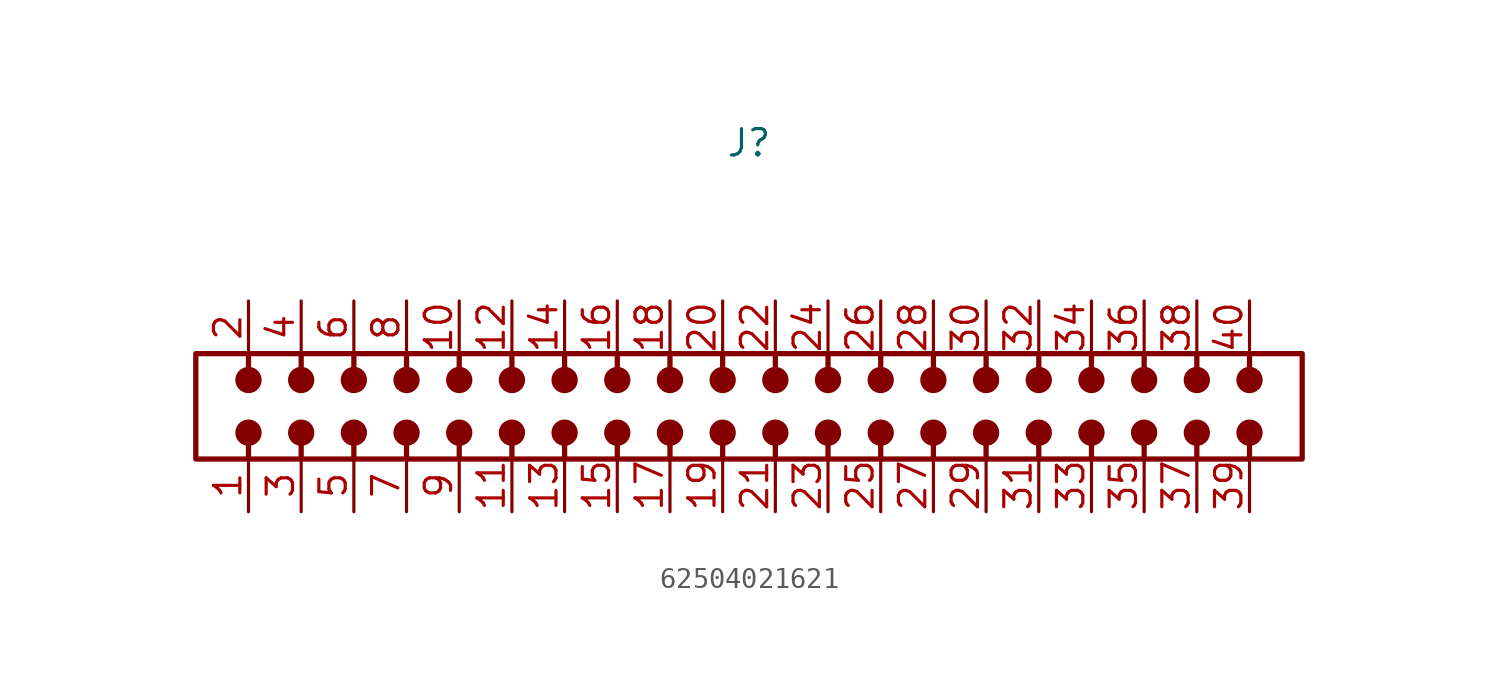
<source format=kicad_sym>
(kicad_symbol_lib
  (version 20241209)
  (generator "kicad_symbol_editor")
  (generator_version "9.0")
  (symbol "62504021621"
    (pin_names
      (hide yes))
    (property "Reference" "J"
      (at 0 12.7 0)
      (effects (font (size 1.27 1.27))))
    (symbol "62504021621_1_1"
      (rectangle (start -26.67 2.54) (end 26.67 -2.54) (stroke (width 0.254) (type solid)) (fill (type none)))
      (polyline (pts (xy -24.13 1.778) (xy -24.13 2.54)) (stroke (width 0.254) (type solid)) (fill (type none)))
      (circle (center -24.13 1.27) (radius 0.508) (stroke (width 0.254) (type solid)) (fill (type outline)))
      (circle (center -24.13 -1.27) (radius 0.508) (stroke (width 0.254) (type solid)) (fill (type outline)))
      (polyline (pts (xy -24.13 -1.778) (xy -24.13 -2.54)) (stroke (width 0.254) (type solid)) (fill (type none)))
      (polyline (pts (xy -21.59 1.778) (xy -21.59 2.54)) (stroke (width 0.254) (type solid)) (fill (type none)))
      (circle (center -21.59 1.27) (radius 0.508) (stroke (width 0.254) (type solid)) (fill (type outline)))
      (circle (center -21.59 -1.27) (radius 0.508) (stroke (width 0.254) (type solid)) (fill (type outline)))
      (polyline (pts (xy -21.59 -1.778) (xy -21.59 -2.54)) (stroke (width 0.254) (type solid)) (fill (type none)))
      (polyline (pts (xy -19.05 1.778) (xy -19.05 2.54)) (stroke (width 0.254) (type solid)) (fill (type none)))
      (circle (center -19.05 1.27) (radius 0.508) (stroke (width 0.254) (type solid)) (fill (type outline)))
      (circle (center -19.05 -1.27) (radius 0.508) (stroke (width 0.254) (type solid)) (fill (type outline)))
      (polyline (pts (xy -19.05 -1.778) (xy -19.05 -2.54)) (stroke (width 0.254) (type solid)) (fill (type none)))
      (polyline (pts (xy -16.51 1.778) (xy -16.51 2.54)) (stroke (width 0.254) (type solid)) (fill (type none)))
      (circle (center -16.51 1.27) (radius 0.508) (stroke (width 0.254) (type solid)) (fill (type outline)))
      (circle (center -16.51 -1.27) (radius 0.508) (stroke (width 0.254) (type solid)) (fill (type outline)))
      (polyline (pts (xy -16.51 -1.778) (xy -16.51 -2.54)) (stroke (width 0.254) (type solid)) (fill (type none)))
      (polyline (pts (xy -13.97 1.778) (xy -13.97 2.54)) (stroke (width 0.254) (type solid)) (fill (type none)))
      (circle (center -13.97 1.27) (radius 0.508) (stroke (width 0.254) (type solid)) (fill (type outline)))
      (circle (center -13.97 -1.27) (radius 0.508) (stroke (width 0.254) (type solid)) (fill (type outline)))
      (polyline (pts (xy -13.97 -1.778) (xy -13.97 -2.54)) (stroke (width 0.254) (type solid)) (fill (type none)))
      (polyline (pts (xy -11.43 1.778) (xy -11.43 2.54)) (stroke (width 0.254) (type solid)) (fill (type none)))
      (circle (center -11.43 1.27) (radius 0.508) (stroke (width 0.254) (type solid)) (fill (type outline)))
      (circle (center -11.43 -1.27) (radius 0.508) (stroke (width 0.254) (type solid)) (fill (type outline)))
      (polyline (pts (xy -11.43 -1.778) (xy -11.43 -2.54)) (stroke (width 0.254) (type solid)) (fill (type none)))
      (polyline (pts (xy -8.89 1.778) (xy -8.89 2.54)) (stroke (width 0.254) (type solid)) (fill (type none)))
      (circle (center -8.89 1.27) (radius 0.508) (stroke (width 0.254) (type solid)) (fill (type outline)))
      (circle (center -8.89 -1.27) (radius 0.508) (stroke (width 0.254) (type solid)) (fill (type outline)))
      (polyline (pts (xy -8.89 -1.778) (xy -8.89 -2.54)) (stroke (width 0.254) (type solid)) (fill (type none)))
      (polyline (pts (xy -6.35 1.778) (xy -6.35 2.54)) (stroke (width 0.254) (type solid)) (fill (type none)))
      (circle (center -6.35 1.27) (radius 0.508) (stroke (width 0.254) (type solid)) (fill (type outline)))
      (circle (center -6.35 -1.27) (radius 0.508) (stroke (width 0.254) (type solid)) (fill (type outline)))
      (polyline (pts (xy -6.35 -1.778) (xy -6.35 -2.54)) (stroke (width 0.254) (type solid)) (fill (type none)))
      (polyline (pts (xy -3.81 1.778) (xy -3.81 2.54)) (stroke (width 0.254) (type solid)) (fill (type none)))
      (circle (center -3.81 1.27) (radius 0.508) (stroke (width 0.254) (type solid)) (fill (type outline)))
      (circle (center -3.81 -1.27) (radius 0.508) (stroke (width 0.254) (type solid)) (fill (type outline)))
      (polyline (pts (xy -3.81 -1.778) (xy -3.81 -2.54)) (stroke (width 0.254) (type solid)) (fill (type none)))
      (polyline (pts (xy -1.27 1.778) (xy -1.27 2.54)) (stroke (width 0.254) (type solid)) (fill (type none)))
      (circle (center -1.27 1.27) (radius 0.508) (stroke (width 0.254) (type solid)) (fill (type outline)))
      (circle (center -1.27 -1.27) (radius 0.508) (stroke (width 0.254) (type solid)) (fill (type outline)))
      (polyline (pts (xy -1.27 -1.778) (xy -1.27 -2.54)) (stroke (width 0.254) (type solid)) (fill (type none)))
      (polyline (pts (xy 1.27 1.778) (xy 1.27 2.54)) (stroke (width 0.254) (type solid)) (fill (type none)))
      (circle (center 1.27 1.27) (radius 0.508) (stroke (width 0.254) (type solid)) (fill (type outline)))
      (circle (center 1.27 -1.27) (radius 0.508) (stroke (width 0.254) (type solid)) (fill (type outline)))
      (polyline (pts (xy 1.27 -1.778) (xy 1.27 -2.54)) (stroke (width 0.254) (type solid)) (fill (type none)))
      (polyline (pts (xy 3.81 1.778) (xy 3.81 2.54)) (stroke (width 0.254) (type solid)) (fill (type none)))
      (circle (center 3.81 1.27) (radius 0.508) (stroke (width 0.254) (type solid)) (fill (type outline)))
      (circle (center 3.81 -1.27) (radius 0.508) (stroke (width 0.254) (type solid)) (fill (type outline)))
      (polyline (pts (xy 3.81 -1.778) (xy 3.81 -2.54)) (stroke (width 0.254) (type solid)) (fill (type none)))
      (polyline (pts (xy 6.35 1.778) (xy 6.35 2.54)) (stroke (width 0.254) (type solid)) (fill (type none)))
      (circle (center 6.35 1.27) (radius 0.508) (stroke (width 0.254) (type solid)) (fill (type outline)))
      (circle (center 6.35 -1.27) (radius 0.508) (stroke (width 0.254) (type solid)) (fill (type outline)))
      (polyline (pts (xy 6.35 -1.778) (xy 6.35 -2.54)) (stroke (width 0.254) (type solid)) (fill (type none)))
      (polyline (pts (xy 8.89 1.778) (xy 8.89 2.54)) (stroke (width 0.254) (type solid)) (fill (type none)))
      (circle (center 8.89 1.27) (radius 0.508) (stroke (width 0.254) (type solid)) (fill (type outline)))
      (circle (center 8.89 -1.27) (radius 0.508) (stroke (width 0.254) (type solid)) (fill (type outline)))
      (polyline (pts (xy 8.89 -1.778) (xy 8.89 -2.54)) (stroke (width 0.254) (type solid)) (fill (type none)))
      (polyline (pts (xy 11.43 1.778) (xy 11.43 2.54)) (stroke (width 0.254) (type solid)) (fill (type none)))
      (circle (center 11.43 1.27) (radius 0.508) (stroke (width 0.254) (type solid)) (fill (type outline)))
      (circle (center 11.43 -1.27) (radius 0.508) (stroke (width 0.254) (type solid)) (fill (type outline)))
      (polyline (pts (xy 11.43 -1.778) (xy 11.43 -2.54)) (stroke (width 0.254) (type solid)) (fill (type none)))
      (polyline (pts (xy 13.97 1.778) (xy 13.97 2.54)) (stroke (width 0.254) (type solid)) (fill (type none)))
      (circle (center 13.97 1.27) (radius 0.508) (stroke (width 0.254) (type solid)) (fill (type outline)))
      (circle (center 13.97 -1.27) (radius 0.508) (stroke (width 0.254) (type solid)) (fill (type outline)))
      (polyline (pts (xy 13.97 -1.778) (xy 13.97 -2.54)) (stroke (width 0.254) (type solid)) (fill (type none)))
      (polyline (pts (xy 16.51 1.778) (xy 16.51 2.54)) (stroke (width 0.254) (type solid)) (fill (type none)))
      (circle (center 16.51 1.27) (radius 0.508) (stroke (width 0.254) (type solid)) (fill (type outline)))
      (circle (center 16.51 -1.27) (radius 0.508) (stroke (width 0.254) (type solid)) (fill (type outline)))
      (polyline (pts (xy 16.51 -1.778) (xy 16.51 -2.54)) (stroke (width 0.254) (type solid)) (fill (type none)))
      (polyline (pts (xy 19.05 1.778) (xy 19.05 2.54)) (stroke (width 0.254) (type solid)) (fill (type none)))
      (circle (center 19.05 1.27) (radius 0.508) (stroke (width 0.254) (type solid)) (fill (type outline)))
      (circle (center 19.05 -1.27) (radius 0.508) (stroke (width 0.254) (type solid)) (fill (type outline)))
      (polyline (pts (xy 19.05 -1.778) (xy 19.05 -2.54)) (stroke (width 0.254) (type solid)) (fill (type none)))
      (polyline (pts (xy 21.59 1.778) (xy 21.59 2.54)) (stroke (width 0.254) (type solid)) (fill (type none)))
      (circle (center 21.59 1.27) (radius 0.508) (stroke (width 0.254) (type solid)) (fill (type outline)))
      (circle (center 21.59 -1.27) (radius 0.508) (stroke (width 0.254) (type solid)) (fill (type outline)))
      (polyline (pts (xy 21.59 -1.778) (xy 21.59 -2.54)) (stroke (width 0.254) (type solid)) (fill (type none)))
      (polyline (pts (xy 24.13 1.778) (xy 24.13 2.54)) (stroke (width 0.254) (type solid)) (fill (type none)))
      (circle (center 24.13 1.27) (radius 0.508) (stroke (width 0.254) (type solid)) (fill (type outline)))
      (circle (center 24.13 -1.27) (radius 0.508) (stroke (width 0.254) (type solid)) (fill (type outline)))
      (polyline (pts (xy 24.13 -1.778) (xy 24.13 -2.54)) (stroke (width 0.254) (type solid)) (fill (type none)))
      (pin passive line (at -24.13 5.08 270) (length 2.54) (name "2" (effects (font (size 1.27 1.27)))) (number "2" (effects (font (size 1.27 1.27)))))
      (pin passive line (at -24.13 -5.08 90) (length 2.54) (name "1" (effects (font (size 1.27 1.27)))) (number "1" (effects (font (size 1.27 1.27)))))
      (pin passive line (at -21.59 5.08 270) (length 2.54) (name "4" (effects (font (size 1.27 1.27)))) (number "4" (effects (font (size 1.27 1.27)))))
      (pin passive line (at -21.59 -5.08 90) (length 2.54) (name "3" (effects (font (size 1.27 1.27)))) (number "3" (effects (font (size 1.27 1.27)))))
      (pin passive line (at -19.05 5.08 270) (length 2.54) (name "6" (effects (font (size 1.27 1.27)))) (number "6" (effects (font (size 1.27 1.27)))))
      (pin passive line (at -19.05 -5.08 90) (length 2.54) (name "5" (effects (font (size 1.27 1.27)))) (number "5" (effects (font (size 1.27 1.27)))))
      (pin passive line (at -16.51 5.08 270) (length 2.54) (name "8" (effects (font (size 1.27 1.27)))) (number "8" (effects (font (size 1.27 1.27)))))
      (pin passive line (at -16.51 -5.08 90) (length 2.54) (name "7" (effects (font (size 1.27 1.27)))) (number "7" (effects (font (size 1.27 1.27)))))
      (pin passive line (at -13.97 5.08 270) (length 2.54) (name "10" (effects (font (size 1.27 1.27)))) (number "10" (effects (font (size 1.27 1.27)))))
      (pin passive line (at -13.97 -5.08 90) (length 2.54) (name "9" (effects (font (size 1.27 1.27)))) (number "9" (effects (font (size 1.27 1.27)))))
      (pin passive line (at -11.43 5.08 270) (length 2.54) (name "12" (effects (font (size 1.27 1.27)))) (number "12" (effects (font (size 1.27 1.27)))))
      (pin passive line (at -11.43 -5.08 90) (length 2.54) (name "11" (effects (font (size 1.27 1.27)))) (number "11" (effects (font (size 1.27 1.27)))))
      (pin passive line (at -8.89 5.08 270) (length 2.54) (name "14" (effects (font (size 1.27 1.27)))) (number "14" (effects (font (size 1.27 1.27)))))
      (pin passive line (at -8.89 -5.08 90) (length 2.54) (name "13" (effects (font (size 1.27 1.27)))) (number "13" (effects (font (size 1.27 1.27)))))
      (pin passive line (at -6.35 5.08 270) (length 2.54) (name "16" (effects (font (size 1.27 1.27)))) (number "16" (effects (font (size 1.27 1.27)))))
      (pin passive line (at -6.35 -5.08 90) (length 2.54) (name "15" (effects (font (size 1.27 1.27)))) (number "15" (effects (font (size 1.27 1.27)))))
      (pin passive line (at -3.81 5.08 270) (length 2.54) (name "18" (effects (font (size 1.27 1.27)))) (number "18" (effects (font (size 1.27 1.27)))))
      (pin passive line (at -3.81 -5.08 90) (length 2.54) (name "17" (effects (font (size 1.27 1.27)))) (number "17" (effects (font (size 1.27 1.27)))))
      (pin passive line (at -1.27 5.08 270) (length 2.54) (name "20" (effects (font (size 1.27 1.27)))) (number "20" (effects (font (size 1.27 1.27)))))
      (pin passive line (at -1.27 -5.08 90) (length 2.54) (name "19" (effects (font (size 1.27 1.27)))) (number "19" (effects (font (size 1.27 1.27)))))
      (pin passive line (at 1.27 5.08 270) (length 2.54) (name "22" (effects (font (size 1.27 1.27)))) (number "22" (effects (font (size 1.27 1.27)))))
      (pin passive line (at 1.27 -5.08 90) (length 2.54) (name "21" (effects (font (size 1.27 1.27)))) (number "21" (effects (font (size 1.27 1.27)))))
      (pin passive line (at 3.81 5.08 270) (length 2.54) (name "24" (effects (font (size 1.27 1.27)))) (number "24" (effects (font (size 1.27 1.27)))))
      (pin passive line (at 3.81 -5.08 90) (length 2.54) (name "23" (effects (font (size 1.27 1.27)))) (number "23" (effects (font (size 1.27 1.27)))))
      (pin passive line (at 6.35 5.08 270) (length 2.54) (name "26" (effects (font (size 1.27 1.27)))) (number "26" (effects (font (size 1.27 1.27)))))
      (pin passive line (at 6.35 -5.08 90) (length 2.54) (name "25" (effects (font (size 1.27 1.27)))) (number "25" (effects (font (size 1.27 1.27)))))
      (pin passive line (at 8.89 5.08 270) (length 2.54) (name "28" (effects (font (size 1.27 1.27)))) (number "28" (effects (font (size 1.27 1.27)))))
      (pin passive line (at 8.89 -5.08 90) (length 2.54) (name "27" (effects (font (size 1.27 1.27)))) (number "27" (effects (font (size 1.27 1.27)))))
      (pin passive line (at 11.43 5.08 270) (length 2.54) (name "30" (effects (font (size 1.27 1.27)))) (number "30" (effects (font (size 1.27 1.27)))))
      (pin passive line (at 11.43 -5.08 90) (length 2.54) (name "29" (effects (font (size 1.27 1.27)))) (number "29" (effects (font (size 1.27 1.27)))))
      (pin passive line (at 13.97 5.08 270) (length 2.54) (name "32" (effects (font (size 1.27 1.27)))) (number "32" (effects (font (size 1.27 1.27)))))
      (pin passive line (at 13.97 -5.08 90) (length 2.54) (name "31" (effects (font (size 1.27 1.27)))) (number "31" (effects (font (size 1.27 1.27)))))
      (pin passive line (at 16.51 5.08 270) (length 2.54) (name "34" (effects (font (size 1.27 1.27)))) (number "34" (effects (font (size 1.27 1.27)))))
      (pin passive line (at 16.51 -5.08 90) (length 2.54) (name "33" (effects (font (size 1.27 1.27)))) (number "33" (effects (font (size 1.27 1.27)))))
      (pin passive line (at 19.05 5.08 270) (length 2.54) (name "36" (effects (font (size 1.27 1.27)))) (number "36" (effects (font (size 1.27 1.27)))))
      (pin passive line (at 19.05 -5.08 90) (length 2.54) (name "35" (effects (font (size 1.27 1.27)))) (number "35" (effects (font (size 1.27 1.27)))))
      (pin passive line (at 21.59 5.08 270) (length 2.54) (name "38" (effects (font (size 1.27 1.27)))) (number "38" (effects (font (size 1.27 1.27)))))
      (pin passive line (at 21.59 -5.08 90) (length 2.54) (name "37" (effects (font (size 1.27 1.27)))) (number "37" (effects (font (size 1.27 1.27)))))
      (pin passive line (at 24.13 5.08 270) (length 2.54) (name "40" (effects (font (size 1.27 1.27)))) (number "40" (effects (font (size 1.27 1.27)))))
      (pin passive line (at 24.13 -5.08 90) (length 2.54) (name "39" (effects (font (size 1.27 1.27)))) (number "39" (effects (font (size 1.27 1.27))))))))
</source>
